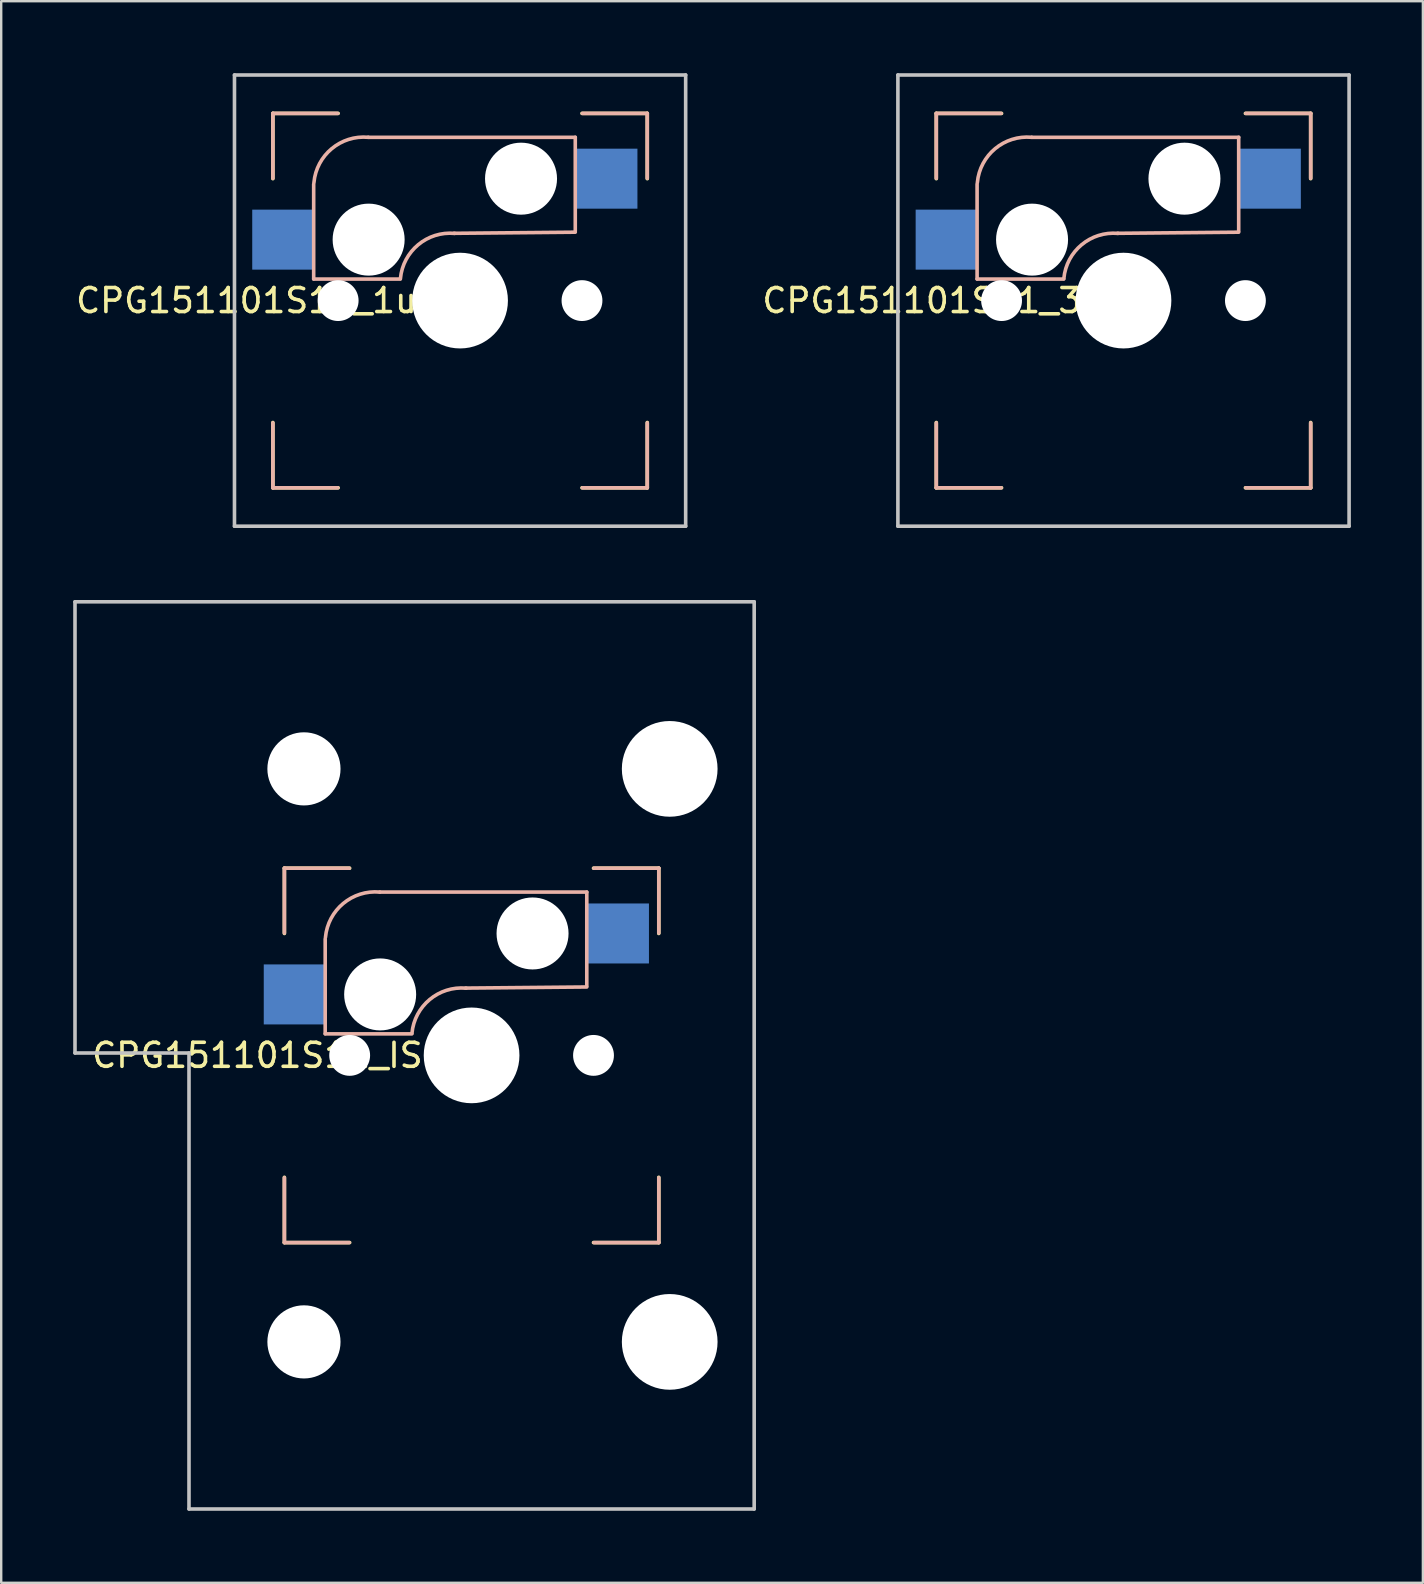
<source format=kicad_pcb>
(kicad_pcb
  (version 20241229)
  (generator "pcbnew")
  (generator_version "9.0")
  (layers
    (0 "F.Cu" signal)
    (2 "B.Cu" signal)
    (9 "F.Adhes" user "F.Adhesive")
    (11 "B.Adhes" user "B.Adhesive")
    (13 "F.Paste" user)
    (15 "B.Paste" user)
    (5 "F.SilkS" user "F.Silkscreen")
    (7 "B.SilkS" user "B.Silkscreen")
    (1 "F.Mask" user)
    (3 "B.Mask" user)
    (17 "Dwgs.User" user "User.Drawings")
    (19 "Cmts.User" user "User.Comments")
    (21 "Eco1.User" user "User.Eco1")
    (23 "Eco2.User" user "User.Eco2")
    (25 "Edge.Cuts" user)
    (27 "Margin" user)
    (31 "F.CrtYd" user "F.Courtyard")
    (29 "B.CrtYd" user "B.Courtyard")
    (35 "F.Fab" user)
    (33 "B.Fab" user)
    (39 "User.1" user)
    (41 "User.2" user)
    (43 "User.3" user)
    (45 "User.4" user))
  (footprint "CPG151101S11_1uR"
    (layer "F.Cu")
    (at 16.12 9.475)
    (property "Reference" "CPG151101S11_1uR" (at -8.4 0 180) (layer "F.SilkS") (effects (font (size 1 1) (thickness 0.15))))
    (attr through_hole)
    (fp_line (start -7.8 -7.8) (end -5.08 -7.8) (stroke (width 0.15) (type solid)) (layer "F.SilkS"))
    (fp_line (start -7.8 -5.08) (end -7.8 -7.8) (stroke (width 0.15) (type solid)) (layer "F.SilkS"))
    (fp_line (start -7.8 5.08) (end -7.8 7.8) (stroke (width 0.15) (type solid)) (layer "F.SilkS"))
    (fp_line (start -7.8 7.8) (end -5.08 7.8) (stroke (width 0.15) (type solid)) (layer "F.SilkS"))
    (fp_line (start 5.08 7.8) (end 7.8 7.8) (stroke (width 0.15) (type solid)) (layer "F.SilkS"))
    (fp_line (start 7.8 -7.8) (end 5.08 -7.8) (stroke (width 0.15) (type solid)) (layer "F.SilkS"))
    (fp_line (start 7.8 -5.08) (end 7.8 -7.8) (stroke (width 0.15) (type solid)) (layer "F.SilkS"))
    (fp_line (start 7.8 7.8) (end 7.8 5.08) (stroke (width 0.15) (type solid)) (layer "F.SilkS"))
    (fp_line (start -7.8 -7.8) (end -5.1 -7.8) (stroke (width 0.15) (type solid)) (layer "B.SilkS"))
    (fp_line (start -7.8 -5.1) (end -7.8 -7.8) (stroke (width 0.15) (type solid)) (layer "B.SilkS"))
    (fp_line (start -7.8 7.8) (end -7.8 5.1) (stroke (width 0.15) (type solid)) (layer "B.SilkS"))
    (fp_line (start -6.1 -4.85) (end -6.1 -0.905) (stroke (width 0.15) (type solid)) (layer "B.SilkS"))
    (fp_line (start -6.1 -0.896) (end -2.49 -0.896) (stroke (width 0.15) (type solid)) (layer "B.SilkS"))
    (fp_line (start -5.1 7.8) (end -7.8 7.8) (stroke (width 0.15) (type solid)) (layer "B.SilkS"))
    (fp_line (start 4.8 -6.804) (end -3.825 -6.804) (stroke (width 0.15) (type solid)) (layer "B.SilkS"))
    (fp_line (start 4.8 -2.896) (end 4.8 -6.804) (stroke (width 0.15) (type solid)) (layer "B.SilkS"))
    (fp_line (start 4.8 -2.85) (end -0.25 -2.804) (stroke (width 0.15) (type solid)) (layer "B.SilkS"))
    (fp_line (start 5.1 -7.8) (end 7.8 -7.8) (stroke (width 0.15) (type solid)) (layer "B.SilkS"))
    (fp_line (start 7.8 -7.8) (end 7.8 -5.1) (stroke (width 0.15) (type solid)) (layer "B.SilkS"))
    (fp_line (start 7.8 5.1) (end 7.8 7.8) (stroke (width 0.15) (type solid)) (layer "B.SilkS"))
    (fp_line (start 7.8 7.8) (end 5.1 7.8) (stroke (width 0.15) (type solid)) (layer "B.SilkS"))
    (fp_arc (start -6.089 -4.92) (mid -5.347189 -6.33089) (end -3.825 -6.804) (stroke (width 0.15) (type solid)) (layer "B.SilkS"))
    (fp_arc (start -2.484999 -0.920001) (mid -1.74436 -2.328062) (end -0.225 -2.8) (stroke (width 0.15) (type solid)) (layer "B.SilkS"))
    (fp_line (start -9.4 -9.4) (end 9.4 -9.4) (stroke (width 0.15) (type solid)) (layer "Dwgs.User"))
    (fp_line (start -9.4 9.4) (end -9.4 -9.4) (stroke (width 0.15) (type solid)) (layer "Dwgs.User"))
    (fp_line (start 9.4 -9.4) (end 9.4 9.4) (stroke (width 0.15) (type solid)) (layer "Dwgs.User"))
    (fp_line (start 9.4 9.4) (end -9.4 9.4) (stroke (width 0.15) (type solid)) (layer "Dwgs.User"))
    (fp_line (start -7 7) (end -7 -7) (stroke (width 0.15) (type solid)) (layer "Eco2.User"))
    (fp_line (start -7 7) (end 7 7) (stroke (width 0.15) (type solid)) (layer "Eco2.User"))
    (fp_line (start 7 -7) (end -7 -7) (stroke (width 0.15) (type solid)) (layer "Eco2.User"))
    (fp_line (start 7 -7) (end 7 7) (stroke (width 0.15) (type solid)) (layer "Eco2.User"))
    (pad "" np_thru_hole circle (at -5.08 0) (size 1.702 1.702) (drill 1.702) (layers "*.Cu" "*.Mask"))
    (pad "" np_thru_hole circle (at -3.81 -2.54) (size 3 3) (drill 3) (layers "*.Cu" "*.Mask"))
    (pad "" np_thru_hole circle (at 0 0) (size 3.988 3.988) (drill 3.988) (layers "*.Cu" "*.Mask"))
    (pad "" np_thru_hole circle (at 2.54 -5.08) (size 3 3) (drill 3) (layers "*.Cu" "*.Mask"))
    (pad "" np_thru_hole circle (at 5.08 0) (size 1.702 1.702) (drill 1.702) (layers "*.Cu" "*.Mask"))
    (pad "1" smd rect (at 6.115 -5.08 180) (size 2.55 2.5) (layers "B.Cu" "B.Mask" "B.Paste"))
    (pad "2" smd rect (at -7.385 -2.54) (size 2.55 2.5) (layers "B.Cu" "B.Mask" "B.Paste")))
  (footprint "CPG151101S11_3"
    (layer "F.Cu")
    (at 43.763 9.475)
    (property "Reference" "CPG151101S11_3" (at -8.4 0 180) (layer "F.SilkS") (effects (font (size 1 1) (thickness 0.15))))
    (attr through_hole)
    (fp_line (start -7.8 -7.8) (end -5.08 -7.8) (stroke (width 0.15) (type solid)) (layer "F.SilkS"))
    (fp_line (start -7.8 -5.08) (end -7.8 -7.8) (stroke (width 0.15) (type solid)) (layer "F.SilkS"))
    (fp_line (start -7.8 5.08) (end -7.8 7.8) (stroke (width 0.15) (type solid)) (layer "F.SilkS"))
    (fp_line (start -7.8 7.8) (end -5.08 7.8) (stroke (width 0.15) (type solid)) (layer "F.SilkS"))
    (fp_line (start 5.08 7.8) (end 7.8 7.8) (stroke (width 0.15) (type solid)) (layer "F.SilkS"))
    (fp_line (start 7.8 -7.8) (end 5.08 -7.8) (stroke (width 0.15) (type solid)) (layer "F.SilkS"))
    (fp_line (start 7.8 -5.08) (end 7.8 -7.8) (stroke (width 0.15) (type solid)) (layer "F.SilkS"))
    (fp_line (start 7.8 7.8) (end 7.8 5.08) (stroke (width 0.15) (type solid)) (layer "F.SilkS"))
    (fp_line (start -7.8 -7.8) (end -5.1 -7.8) (stroke (width 0.15) (type solid)) (layer "B.SilkS"))
    (fp_line (start -7.8 -5.1) (end -7.8 -7.8) (stroke (width 0.15) (type solid)) (layer "B.SilkS"))
    (fp_line (start -7.8 7.8) (end -7.8 5.1) (stroke (width 0.15) (type solid)) (layer "B.SilkS"))
    (fp_line (start -6.1 -4.85) (end -6.1 -0.905) (stroke (width 0.15) (type solid)) (layer "B.SilkS"))
    (fp_line (start -6.1 -0.896) (end -2.49 -0.896) (stroke (width 0.15) (type solid)) (layer "B.SilkS"))
    (fp_line (start -5.1 7.8) (end -7.8 7.8) (stroke (width 0.15) (type solid)) (layer "B.SilkS"))
    (fp_line (start 4.8 -6.804) (end -3.825 -6.804) (stroke (width 0.15) (type solid)) (layer "B.SilkS"))
    (fp_line (start 4.8 -2.896) (end 4.8 -6.804) (stroke (width 0.15) (type solid)) (layer "B.SilkS"))
    (fp_line (start 4.8 -2.85) (end -0.25 -2.804) (stroke (width 0.15) (type solid)) (layer "B.SilkS"))
    (fp_line (start 5.1 -7.8) (end 7.8 -7.8) (stroke (width 0.15) (type solid)) (layer "B.SilkS"))
    (fp_line (start 7.8 -7.8) (end 7.8 -5.1) (stroke (width 0.15) (type solid)) (layer "B.SilkS"))
    (fp_line (start 7.8 5.1) (end 7.8 7.8) (stroke (width 0.15) (type solid)) (layer "B.SilkS"))
    (fp_line (start 7.8 7.8) (end 5.1 7.8) (stroke (width 0.15) (type solid)) (layer "B.SilkS"))
    (fp_arc (start -6.089 -4.92) (mid -5.347189 -6.33089) (end -3.825 -6.804) (stroke (width 0.15) (type solid)) (layer "B.SilkS"))
    (fp_arc (start -2.484999 -0.920001) (mid -1.74436 -2.328062) (end -0.225 -2.8) (stroke (width 0.15) (type solid)) (layer "B.SilkS"))
    (fp_line (start -9.4 -9.4) (end 9.4 -9.4) (stroke (width 0.15) (type solid)) (layer "Dwgs.User"))
    (fp_line (start -9.4 9.4) (end -9.4 -9.4) (stroke (width 0.15) (type solid)) (layer "Dwgs.User"))
    (fp_line (start 9.4 -9.4) (end 9.4 9.4) (stroke (width 0.15) (type solid)) (layer "Dwgs.User"))
    (fp_line (start 9.4 9.4) (end -9.4 9.4) (stroke (width 0.15) (type solid)) (layer "Dwgs.User"))
    (fp_line (start -7 7) (end -7 -7) (stroke (width 0.15) (type solid)) (layer "Eco2.User"))
    (fp_line (start -7 7) (end 7 7) (stroke (width 0.15) (type solid)) (layer "Eco2.User"))
    (fp_line (start 7 -7) (end -7 -7) (stroke (width 0.15) (type solid)) (layer "Eco2.User"))
    (fp_line (start 7 -7) (end 7 7) (stroke (width 0.15) (type solid)) (layer "Eco2.User"))
    (pad "" np_thru_hole circle (at -5.08 0) (size 1.702 1.702) (drill 1.702) (layers "*.Cu" "*.Mask"))
    (pad "" np_thru_hole circle (at -3.81 -2.54) (size 3 3) (drill 3) (layers "*.Cu" "*.Mask"))
    (pad "" np_thru_hole circle (at 0 0) (size 3.988 3.988) (drill 3.988) (layers "*.Cu" "*.Mask"))
    (pad "" np_thru_hole circle (at 2.54 -5.08) (size 3 3) (drill 3) (layers "*.Cu" "*.Mask"))
    (pad "" np_thru_hole circle (at 5.08 0) (size 1.702 1.702) (drill 1.702) (layers "*.Cu" "*.Mask"))
    (pad "1" smd rect (at 6.115 -5.08 180) (size 2.55 2.5) (layers "B.Cu" "B.Mask" "B.Paste"))
    (pad "2" smd rect (at -7.385 -2.54) (size 2.55 2.5) (layers "B.Cu" "B.Mask" "B.Paste")))
  (footprint "CPG151101S11_ISO"
    (layer "F.Cu")
    (at 16.6 40.925)
    (property "Reference" "CPG151101S11_ISO" (at -8.4 0 180) (layer "F.SilkS") (effects (font (size 1 1) (thickness 0.15))))
    (attr through_hole)
    (fp_line (start -7.8 -7.8) (end -5.08 -7.8) (stroke (width 0.15) (type solid)) (layer "F.SilkS"))
    (fp_line (start -7.8 -5.08) (end -7.8 -7.8) (stroke (width 0.15) (type solid)) (layer "F.SilkS"))
    (fp_line (start -7.8 5.08) (end -7.8 7.8) (stroke (width 0.15) (type solid)) (layer "F.SilkS"))
    (fp_line (start -7.8 7.8) (end -5.08 7.8) (stroke (width 0.15) (type solid)) (layer "F.SilkS"))
    (fp_line (start 5.08 7.8) (end 7.8 7.8) (stroke (width 0.15) (type solid)) (layer "F.SilkS"))
    (fp_line (start 7.8 -7.8) (end 5.08 -7.8) (stroke (width 0.15) (type solid)) (layer "F.SilkS"))
    (fp_line (start 7.8 -5.08) (end 7.8 -7.8) (stroke (width 0.15) (type solid)) (layer "F.SilkS"))
    (fp_line (start 7.8 7.8) (end 7.8 5.08) (stroke (width 0.15) (type solid)) (layer "F.SilkS"))
    (fp_line (start -7.8 -7.8) (end -5.1 -7.8) (stroke (width 0.15) (type solid)) (layer "B.SilkS"))
    (fp_line (start -7.8 -5.1) (end -7.8 -7.8) (stroke (width 0.15) (type solid)) (layer "B.SilkS"))
    (fp_line (start -7.8 7.8) (end -7.8 5.1) (stroke (width 0.15) (type solid)) (layer "B.SilkS"))
    (fp_line (start -6.1 -4.85) (end -6.1 -0.905) (stroke (width 0.15) (type solid)) (layer "B.SilkS"))
    (fp_line (start -6.1 -0.896) (end -2.49 -0.896) (stroke (width 0.15) (type solid)) (layer "B.SilkS"))
    (fp_line (start -5.1 7.8) (end -7.8 7.8) (stroke (width 0.15) (type solid)) (layer "B.SilkS"))
    (fp_line (start 4.8 -6.804) (end -3.825 -6.804) (stroke (width 0.15) (type solid)) (layer "B.SilkS"))
    (fp_line (start 4.8 -2.896) (end 4.8 -6.804) (stroke (width 0.15) (type solid)) (layer "B.SilkS"))
    (fp_line (start 4.8 -2.85) (end -0.25 -2.804) (stroke (width 0.15) (type solid)) (layer "B.SilkS"))
    (fp_line (start 5.1 -7.8) (end 7.8 -7.8) (stroke (width 0.15) (type solid)) (layer "B.SilkS"))
    (fp_line (start 7.8 -7.8) (end 7.8 -5.1) (stroke (width 0.15) (type solid)) (layer "B.SilkS"))
    (fp_line (start 7.8 5.1) (end 7.8 7.8) (stroke (width 0.15) (type solid)) (layer "B.SilkS"))
    (fp_line (start 7.8 7.8) (end 5.1 7.8) (stroke (width 0.15) (type solid)) (layer "B.SilkS"))
    (fp_arc (start -6.089 -4.92) (mid -5.347189 -6.33089) (end -3.825 -6.804) (stroke (width 0.15) (type solid)) (layer "B.SilkS"))
    (fp_arc (start -2.484999 -0.920001) (mid -1.74436 -2.328062) (end -0.225 -2.8) (stroke (width 0.15) (type solid)) (layer "B.SilkS"))
    (fp_line (start -16.525 -18.9) (end -16.525 -0.1) (stroke (width 0.15) (type solid)) (layer "Dwgs.User"))
    (fp_line (start -16.525 -18.9) (end 11.775 -18.9) (stroke (width 0.15) (type solid)) (layer "Dwgs.User"))
    (fp_line (start -11.775 -0.1) (end -16.525 -0.1) (stroke (width 0.15) (type solid)) (layer "Dwgs.User"))
    (fp_line (start -11.775 18.9) (end -11.775 -0.1) (stroke (width 0.15) (type solid)) (layer "Dwgs.User"))
    (fp_line (start -11.775 18.9) (end 11.775 18.9) (stroke (width 0.15) (type solid)) (layer "Dwgs.User"))
    (fp_line (start 11.775 -18.9) (end 11.775 18.9) (stroke (width 0.15) (type solid)) (layer "Dwgs.User"))
    (fp_line (start -7 7) (end -7 -7) (stroke (width 0.15) (type solid)) (layer "Eco2.User"))
    (fp_line (start -7 7) (end 7 7) (stroke (width 0.15) (type solid)) (layer "Eco2.User"))
    (fp_line (start 7 -7) (end -7 -7) (stroke (width 0.15) (type solid)) (layer "Eco2.User"))
    (fp_line (start 7 -7) (end 7 7) (stroke (width 0.15) (type solid)) (layer "Eco2.User"))
    (pad "" np_thru_hole circle (at -6.985 -11.938) (size 3.048 3.048) (drill 3.048) (layers "*.Cu" "*.Mask"))
    (pad "" np_thru_hole circle (at -6.985 11.938) (size 3.048 3.048) (drill 3.048) (layers "*.Cu" "*.Mask"))
    (pad "" np_thru_hole circle (at -5.08 0) (size 1.702 1.702) (drill 1.702) (layers "*.Cu" "*.Mask"))
    (pad "" np_thru_hole circle (at -3.81 -2.54) (size 3 3) (drill 3) (layers "*.Cu" "*.Mask"))
    (pad "" np_thru_hole circle (at 0 0) (size 3.988 3.988) (drill 3.988) (layers "*.Cu" "*.Mask"))
    (pad "" np_thru_hole circle (at 2.54 -5.08) (size 3 3) (drill 3) (layers "*.Cu" "*.Mask"))
    (pad "" np_thru_hole circle (at 5.08 0) (size 1.702 1.702) (drill 1.702) (layers "*.Cu" "*.Mask"))
    (pad "" np_thru_hole circle (at 8.255 -11.938) (size 3.988 3.988) (drill 3.988) (layers "*.Cu" "*.Mask"))
    (pad "" np_thru_hole circle (at 8.255 11.938) (size 3.988 3.988) (drill 3.988) (layers "*.Cu" "*.Mask"))
    (pad "1" smd rect (at -7.385 -2.54) (size 2.55 2.5) (layers "B.Cu" "B.Mask" "B.Paste"))
    (pad "2" smd rect (at 6.115 -5.08 180) (size 2.55 2.5) (layers "B.Cu" "B.Mask" "B.Paste")))
  (gr_rect
    (start -3 -3)
    (end 56.238 62.9)
    (stroke (width 0.1) (type default))
    (fill no)
    (layer "Edge.Cuts")))
</source>
